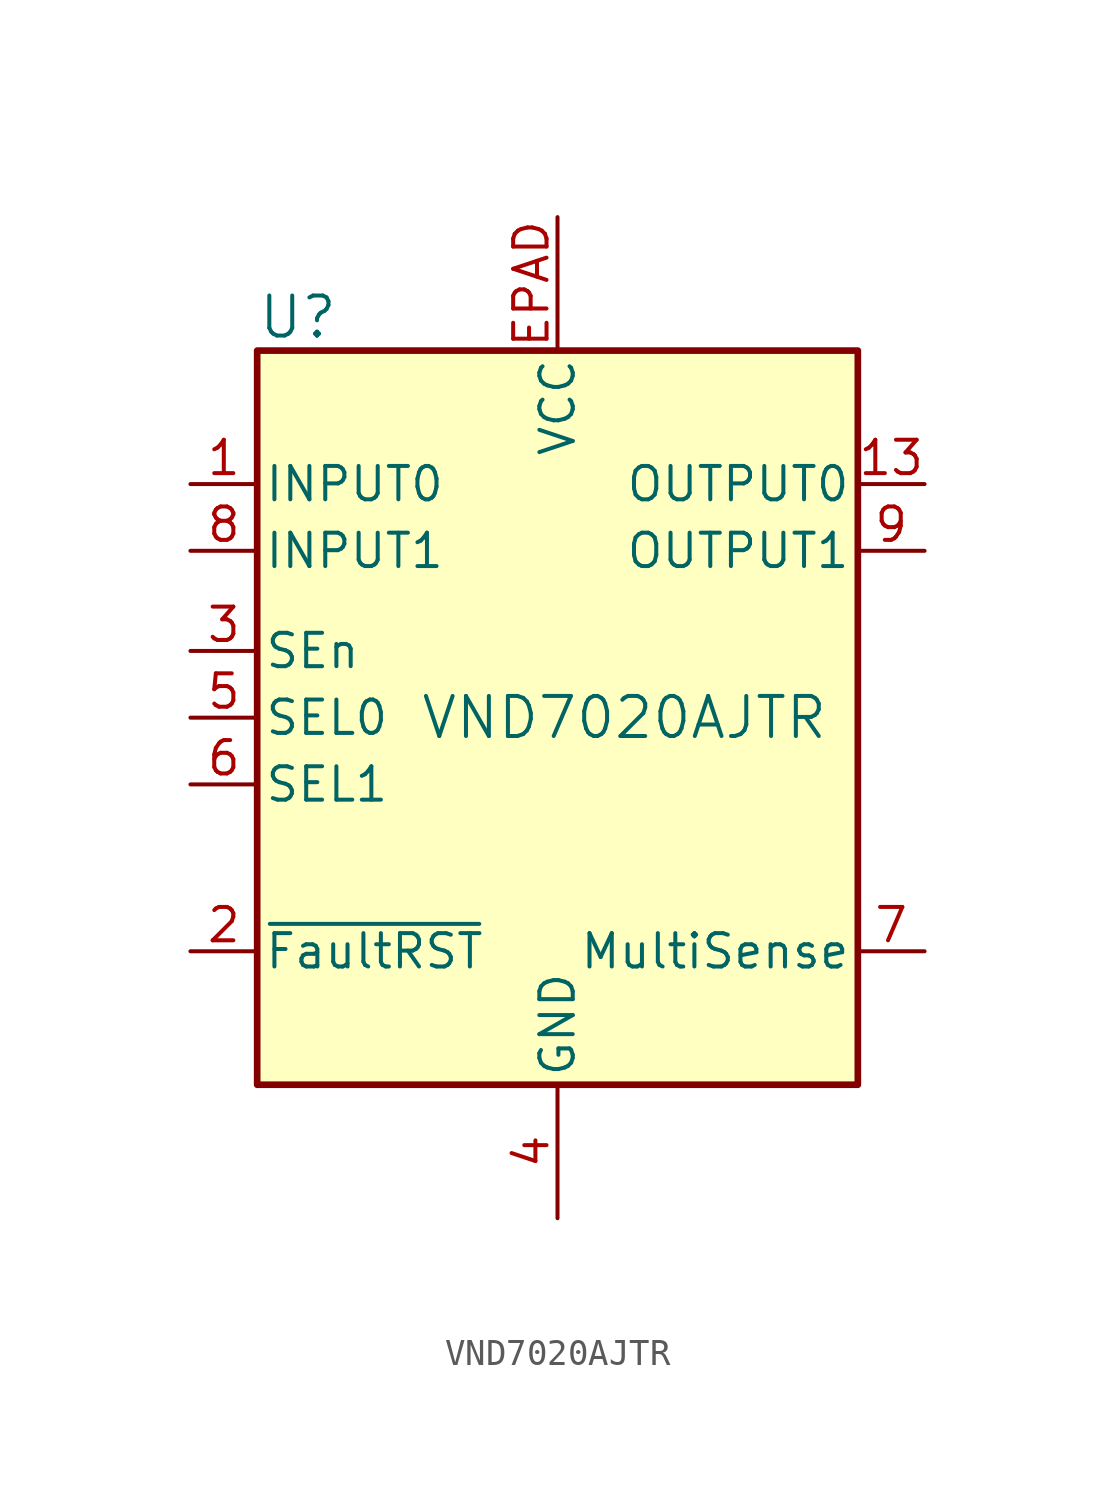
<source format=kicad_sym>
(kicad_symbol_lib
  (version 20220914)
  (generator kicad_symbol_editor)
  (symbol "VND7020AJTR"
    (pin_names
      (offset 0.254))
    (property "Reference" "U"
      (at -11.43 15.24 0)
      (effects (font (size 1.524 1.524)) (justify left)))
    (property "Value" "VND7020AJTR"
      (at 2.54 0 0)
      (effects (font (size 1.524 1.524))))
    (symbol "VND7020AJTR_0_1"
      (rectangle (start -11.43 13.97) (end 11.43 -13.97) (stroke (width 0.254) (type default)) (fill (type background))))
    (symbol "VND7020AJTR_1_1"
      (pin input line (at -13.97 8.89 0) (length 2.54) (name "INPUT0" (effects (font (size 1.27 1.27)))) (number "1" (effects (font (size 1.27 1.27)))))
      (pin output line (at 13.97 6.35 180) (length 2.54) hide (name "OUTPUT1" (effects (font (size 1.27 1.27)))) (number "10" (effects (font (size 1.27 1.27)))))
      (pin output line (at 13.97 6.35 180) (length 2.54) hide (name "OUTPUT1" (effects (font (size 1.27 1.27)))) (number "11" (effects (font (size 1.27 1.27)))))
      (pin output line (at 13.97 6.35 180) (length 2.54) hide (name "OUTPUT1" (effects (font (size 1.27 1.27)))) (number "12" (effects (font (size 1.27 1.27)))))
      (pin output line (at 13.97 8.89 180) (length 2.54) (name "OUTPUT0" (effects (font (size 1.27 1.27)))) (number "13" (effects (font (size 1.27 1.27)))))
      (pin output line (at 13.97 8.89 180) (length 2.54) hide (name "OUTPUT0" (effects (font (size 1.27 1.27)))) (number "14" (effects (font (size 1.27 1.27)))))
      (pin output line (at 13.97 8.89 180) (length 2.54) hide (name "OUTPUT0" (effects (font (size 1.27 1.27)))) (number "15" (effects (font (size 1.27 1.27)))))
      (pin output line (at 13.97 8.89 180) (length 2.54) hide (name "OUTPUT0" (effects (font (size 1.27 1.27)))) (number "16" (effects (font (size 1.27 1.27)))))
      (pin input line (at -13.97 -8.89 0) (length 2.54) (name "~{FaultRST}" (effects (font (size 1.27 1.27)))) (number "2" (effects (font (size 1.27 1.27)))))
      (pin input line (at -13.97 2.54 0) (length 2.54) (name "SEn" (effects (font (size 1.27 1.27)))) (number "3" (effects (font (size 1.27 1.27)))))
      (pin power_in line (at 0 -19.05 90) (length 5.08) (name "GND" (effects (font (size 1.27 1.27)))) (number "4" (effects (font (size 1.27 1.27)))))
      (pin input line (at -13.97 0 0) (length 2.54) (name "SEL0" (effects (font (size 1.27 1.27)))) (number "5" (effects (font (size 1.27 1.27)))))
      (pin input line (at -13.97 -2.54 0) (length 2.54) (name "SEL1" (effects (font (size 1.27 1.27)))) (number "6" (effects (font (size 1.27 1.27)))))
      (pin passive line (at 13.97 -8.89 180) (length 2.54) (name "MultiSense" (effects (font (size 1.27 1.27)))) (number "7" (effects (font (size 1.27 1.27)))))
      (pin input line (at -13.97 6.35 0) (length 2.54) (name "INPUT1" (effects (font (size 1.27 1.27)))) (number "8" (effects (font (size 1.27 1.27)))))
      (pin output line (at 13.97 6.35 180) (length 2.54) (name "OUTPUT1" (effects (font (size 1.27 1.27)))) (number "9" (effects (font (size 1.27 1.27)))))
      (pin power_in line (at 0 19.05 270) (length 5.08) (name "VCC" (effects (font (size 1.27 1.27)))) (number "EPAD" (effects (font (size 1.27 1.27))))))))
</source>
